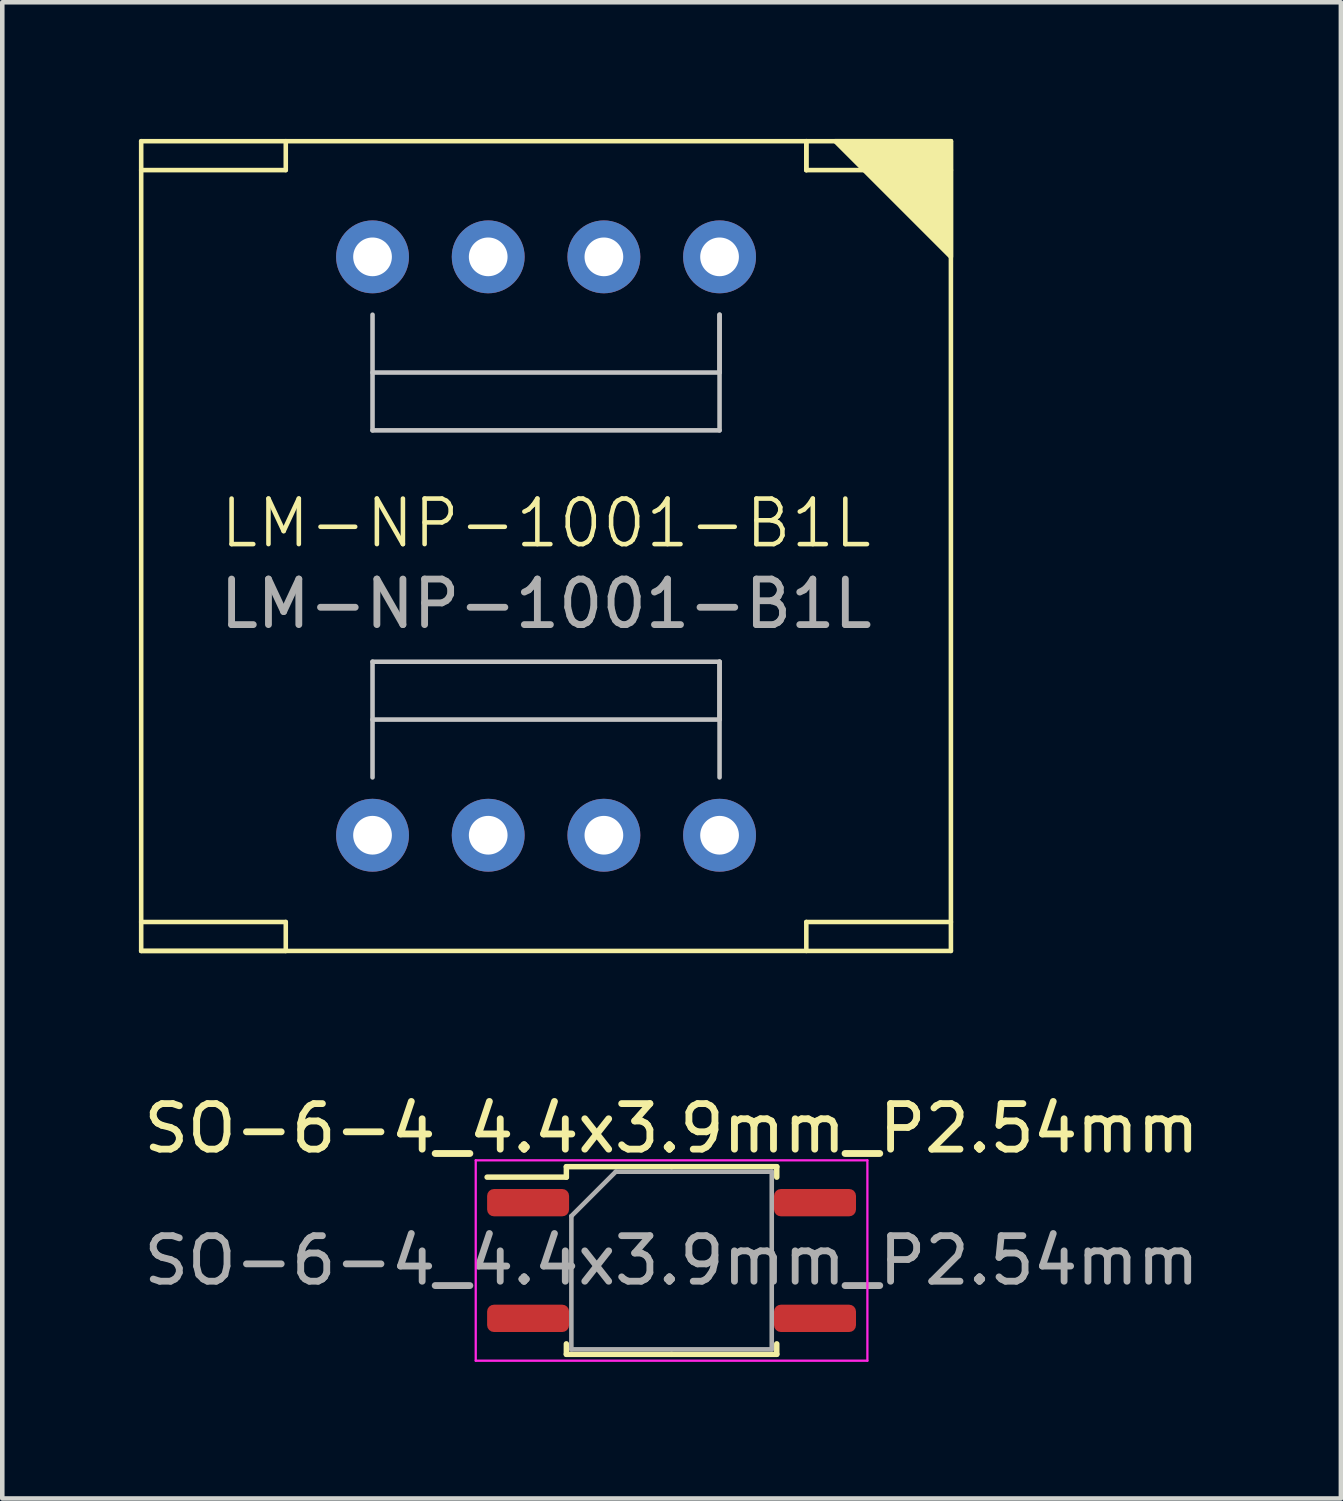
<source format=kicad_pcb>
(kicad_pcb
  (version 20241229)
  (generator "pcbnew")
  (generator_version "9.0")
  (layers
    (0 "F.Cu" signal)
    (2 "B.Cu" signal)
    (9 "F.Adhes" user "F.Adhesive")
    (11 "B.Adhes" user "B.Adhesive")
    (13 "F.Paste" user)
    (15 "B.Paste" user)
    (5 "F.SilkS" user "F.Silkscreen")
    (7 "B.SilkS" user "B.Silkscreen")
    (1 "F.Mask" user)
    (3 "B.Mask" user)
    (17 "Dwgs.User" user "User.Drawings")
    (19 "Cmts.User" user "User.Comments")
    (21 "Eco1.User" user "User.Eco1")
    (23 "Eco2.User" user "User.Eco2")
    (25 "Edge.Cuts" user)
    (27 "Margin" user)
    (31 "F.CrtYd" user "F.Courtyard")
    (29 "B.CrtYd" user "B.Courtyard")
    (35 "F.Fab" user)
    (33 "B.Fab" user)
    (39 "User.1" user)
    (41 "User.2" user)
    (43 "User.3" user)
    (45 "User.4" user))
  (footprint "SO-6-4_4.4x3.9mm_P2.54mm"
    (layer "F.Cu")
    (at 11.696 24.628)
    (property "Reference" "SO-6-4_4.4x3.9mm_P2.54mm" (at 0 -2.9 0) (layer "F.SilkS") (effects (font (size 1 1) (thickness 0.15))))
    (attr smd)
    (fp_line (start -2.31 -2.06) (end -2.31 -1.83) (stroke (width 0.12) (type solid)) (layer "F.SilkS"))
    (fp_line (start -2.31 -1.83) (end -4.05 -1.83) (stroke (width 0.12) (type solid)) (layer "F.SilkS"))
    (fp_line (start -2.31 2.06) (end -2.31 1.83) (stroke (width 0.12) (type solid)) (layer "F.SilkS"))
    (fp_line (start 0 -2.06) (end -2.31 -2.06) (stroke (width 0.12) (type solid)) (layer "F.SilkS"))
    (fp_line (start 0 -2.06) (end 2.31 -2.06) (stroke (width 0.12) (type solid)) (layer "F.SilkS"))
    (fp_line (start 0 2.06) (end -2.31 2.06) (stroke (width 0.12) (type solid)) (layer "F.SilkS"))
    (fp_line (start 0 2.06) (end 2.31 2.06) (stroke (width 0.12) (type solid)) (layer "F.SilkS"))
    (fp_line (start 2.31 -2.06) (end 2.31 -1.83) (stroke (width 0.12) (type solid)) (layer "F.SilkS"))
    (fp_line (start 2.31 2.06) (end 2.31 1.83) (stroke (width 0.12) (type solid)) (layer "F.SilkS"))
    (fp_line (start -4.3 -2.2) (end -4.3 2.2) (stroke (width 0.05) (type solid)) (layer "F.CrtYd"))
    (fp_line (start -4.3 2.2) (end 4.3 2.2) (stroke (width 0.05) (type solid)) (layer "F.CrtYd"))
    (fp_line (start 4.3 -2.2) (end -4.3 -2.2) (stroke (width 0.05) (type solid)) (layer "F.CrtYd"))
    (fp_line (start 4.3 2.2) (end 4.3 -2.2) (stroke (width 0.05) (type solid)) (layer "F.CrtYd"))
    (fp_line (start -2.2 -0.975) (end -1.225 -1.95) (stroke (width 0.1) (type solid)) (layer "F.Fab"))
    (fp_line (start -2.2 1.95) (end -2.2 -0.975) (stroke (width 0.1) (type solid)) (layer "F.Fab"))
    (fp_line (start -1.225 -1.95) (end 2.2 -1.95) (stroke (width 0.1) (type solid)) (layer "F.Fab"))
    (fp_line (start 2.2 -1.95) (end 2.2 1.95) (stroke (width 0.1) (type solid)) (layer "F.Fab"))
    (fp_line (start 2.2 1.95) (end -2.2 1.95) (stroke (width 0.1) (type solid)) (layer "F.Fab"))
    (fp_text user "${REFERENCE}" (at 0 0 0) (layer "F.Fab") (effects (font (size 1 1) (thickness 0.15))))
    (pad "1" smd roundrect (at -3.15 -1.27) (size 1.8 0.6) (layers "F.Cu" "F.Mask" "F.Paste") (roundrect_rratio 0.25))
    (pad "3" smd roundrect (at -3.15 1.27) (size 1.8 0.6) (layers "F.Cu" "F.Mask" "F.Paste") (roundrect_rratio 0.25))
    (pad "4" smd roundrect (at 3.15 1.27) (size 1.8 0.6) (layers "F.Cu" "F.Mask" "F.Paste") (roundrect_rratio 0.25))
    (pad "6" smd roundrect (at 3.15 -1.27) (size 1.8 0.6) (layers "F.Cu" "F.Mask" "F.Paste") (roundrect_rratio 0.25)))
  (footprint "LM-NP-1001-B1L"
    (layer "F.Cu")
    (at 8.94 8.94)
    (property "Reference" "LM-NP-1001-B1L" (at 0 -0.5 0) (unlocked yes) (layer "F.SilkS") (effects (font (size 1 1) (thickness 0.1))))
    (attr through_hole)
    (fp_line (start -8.89 -8.89) (end -8.89 8.89) (stroke (width 0.1) (type default)) (layer "F.SilkS"))
    (fp_line (start -8.89 -8.255) (end -5.715 -8.255) (stroke (width 0.1) (type default)) (layer "F.SilkS"))
    (fp_line (start -8.89 8.89) (end -5.715 8.89) (stroke (width 0.1) (type default)) (layer "F.SilkS"))
    (fp_line (start -8.89 8.89) (end 8.89 8.89) (stroke (width 0.1) (type default)) (layer "F.SilkS"))
    (fp_line (start -5.715 -8.255) (end -5.715 -8.89) (stroke (width 0.1) (type default)) (layer "F.SilkS"))
    (fp_line (start -5.715 8.255) (end -8.89 8.255) (stroke (width 0.1) (type default)) (layer "F.SilkS"))
    (fp_line (start -5.715 8.89) (end -5.715 8.255) (stroke (width 0.1) (type default)) (layer "F.SilkS"))
    (fp_line (start 5.715 -8.89) (end 5.715 -8.255) (stroke (width 0.1) (type default)) (layer "F.SilkS"))
    (fp_line (start 5.715 -8.255) (end 5.715 -8.89) (stroke (width 0.1) (type default)) (layer "F.SilkS"))
    (fp_line (start 5.715 -8.255) (end 8.89 -8.255) (stroke (width 0.1) (type default)) (layer "F.SilkS"))
    (fp_line (start 5.715 8.255) (end 5.715 8.89) (stroke (width 0.1) (type default)) (layer "F.SilkS"))
    (fp_line (start 8.89 -8.89) (end -8.89 -8.89) (stroke (width 0.1) (type default)) (layer "F.SilkS"))
    (fp_line (start 8.89 8.255) (end 5.715 8.255) (stroke (width 0.1) (type default)) (layer "F.SilkS"))
    (fp_line (start 8.89 8.89) (end 8.89 -8.89) (stroke (width 0.1) (type default)) (layer "F.SilkS"))
    (fp_poly (pts (xy 8.89 -6.35) (xy 6.35 -8.89) (xy 8.89 -8.89)) (stroke (width 0.1) (type solid)) (fill yes) (layer "F.SilkS"))
    (fp_line (start -3.81 -5.08) (end -3.81 -2.54) (stroke (width 0.1) (type default)) (layer "Dwgs.User"))
    (fp_line (start -3.81 -2.54) (end 3.81 -2.54) (stroke (width 0.1) (type default)) (layer "Dwgs.User"))
    (fp_line (start -3.81 2.54) (end 3.81 2.54) (stroke (width 0.1) (type default)) (layer "Dwgs.User"))
    (fp_line (start -3.81 5.08) (end -3.81 2.54) (stroke (width 0.1) (type default)) (layer "Dwgs.User"))
    (fp_line (start 3.81 -5.08) (end 3.81 -3.81) (stroke (width 0.1) (type default)) (layer "Dwgs.User"))
    (fp_line (start 3.81 -3.81) (end -3.81 -3.81) (stroke (width 0.1) (type default)) (layer "Dwgs.User"))
    (fp_line (start 3.81 -2.54) (end 3.81 -5.08) (stroke (width 0.1) (type default)) (layer "Dwgs.User"))
    (fp_line (start 3.81 2.54) (end 3.81 3.81) (stroke (width 0.1) (type default)) (layer "Dwgs.User"))
    (fp_line (start 3.81 3.81) (end -3.81 3.81) (stroke (width 0.1) (type default)) (layer "Dwgs.User"))
    (fp_line (start 3.81 5.08) (end 3.81 2.54) (stroke (width 0.1) (type default)) (layer "Dwgs.User"))
    (fp_text user "${REFERENCE}" (at 0 1.27 0) (unlocked yes) (layer "F.Fab") (effects (font (size 1 1) (thickness 0.15))))
    (pad "1" thru_hole circle (at 3.81 -6.35) (size 1.6 1.6) (drill 0.85) (layers "*.Cu" "*.Mask"))
    (pad "2" thru_hole circle (at 1.27 -6.35) (size 1.6 1.6) (drill 0.85) (layers "*.Cu" "*.Mask"))
    (pad "3" thru_hole circle (at -1.27 -6.35) (size 1.6 1.6) (drill 0.85) (layers "*.Cu" "*.Mask"))
    (pad "4" thru_hole circle (at -3.81 -6.35) (size 1.6 1.6) (drill 0.85) (layers "*.Cu" "*.Mask"))
    (pad "5" thru_hole circle (at -3.81 6.35) (size 1.6 1.6) (drill 0.85) (layers "*.Cu" "*.Mask"))
    (pad "6" thru_hole circle (at -1.27 6.35) (size 1.6 1.6) (drill 0.85) (layers "*.Cu" "*.Mask"))
    (pad "7" thru_hole circle (at 1.27 6.35) (size 1.6 1.6) (drill 0.85) (layers "*.Cu" "*.Mask"))
    (pad "8" thru_hole circle (at 3.81 6.35) (size 1.6 1.6) (drill 0.85) (layers "*.Cu" "*.Mask")))
  (gr_rect
    (start -3 -3)
    (end 26.393 29.853)
    (stroke (width 0.1) (type default))
    (fill no)
    (layer "Edge.Cuts")))
</source>
